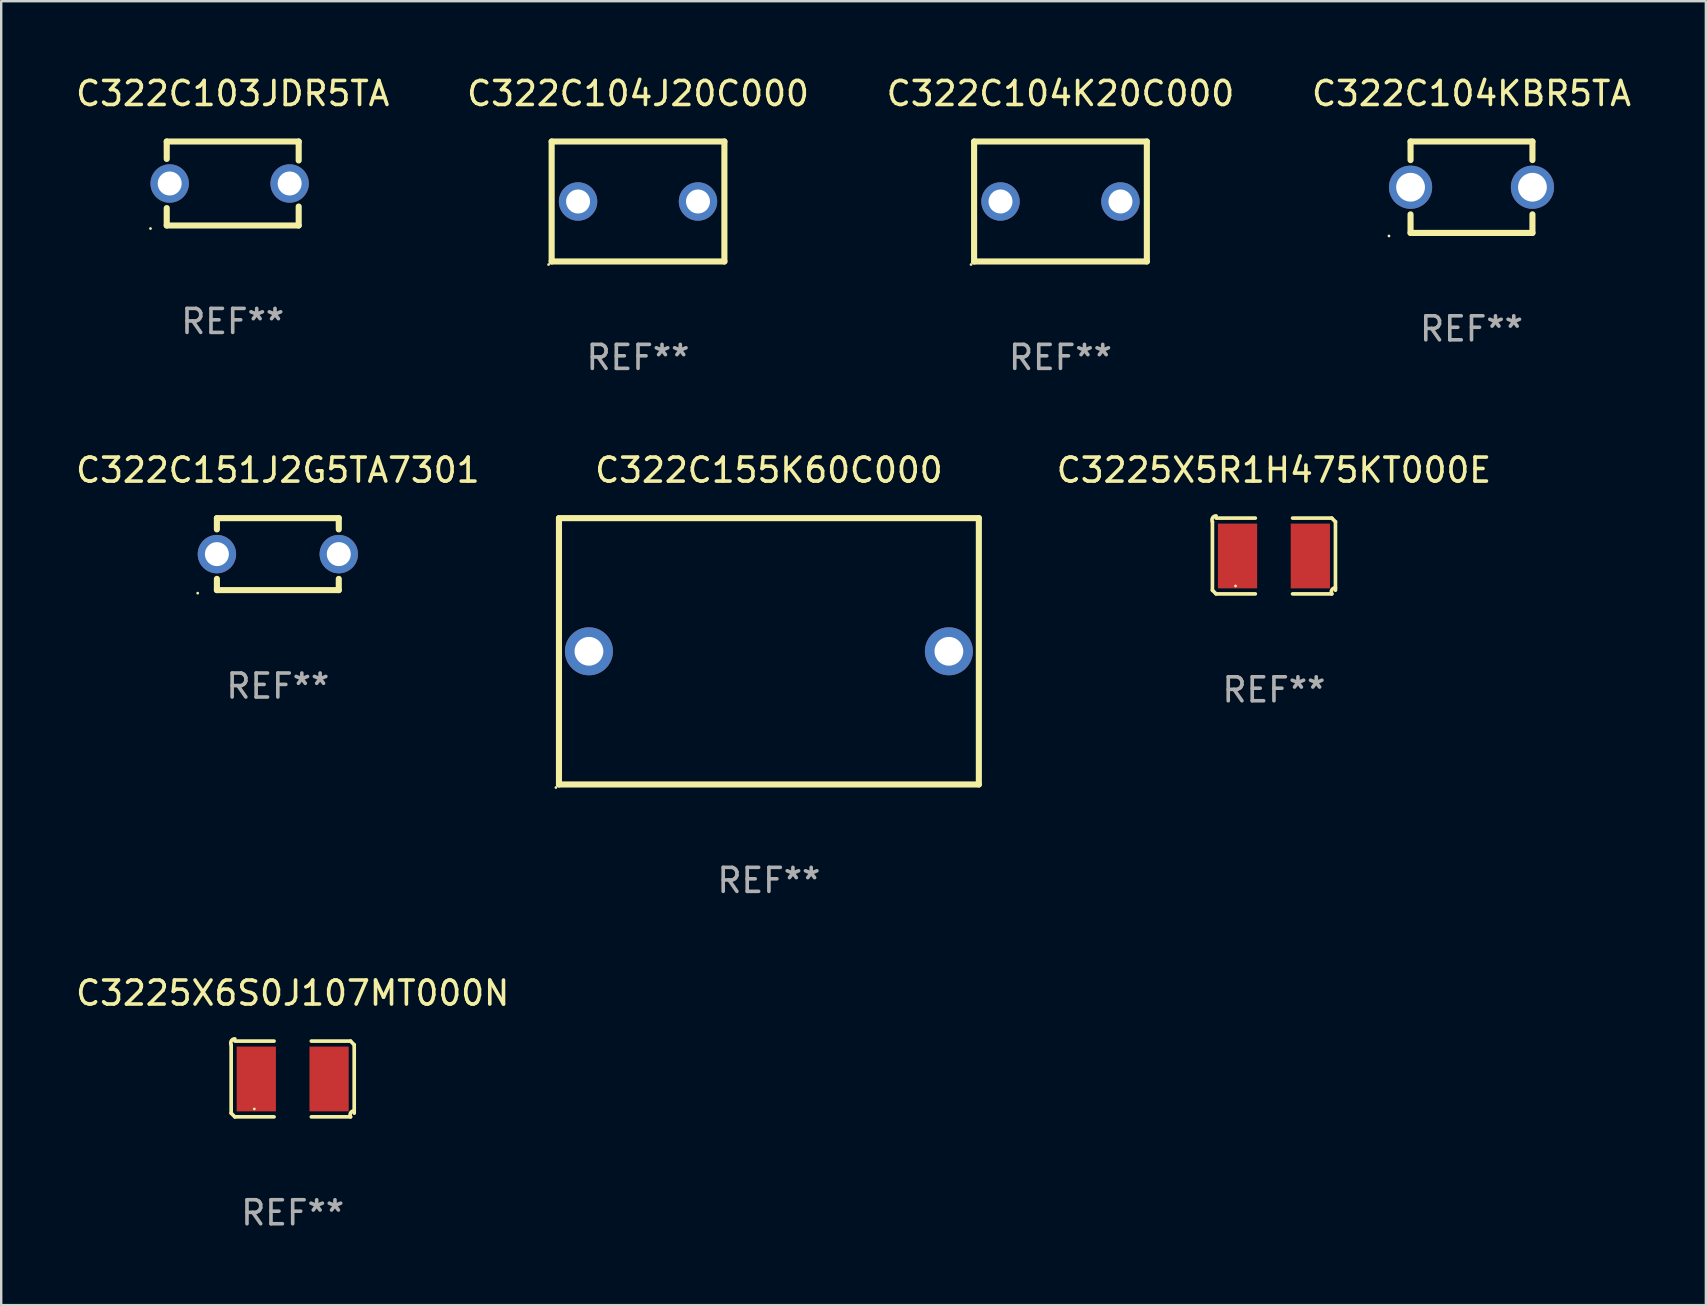
<source format=kicad_pcb>
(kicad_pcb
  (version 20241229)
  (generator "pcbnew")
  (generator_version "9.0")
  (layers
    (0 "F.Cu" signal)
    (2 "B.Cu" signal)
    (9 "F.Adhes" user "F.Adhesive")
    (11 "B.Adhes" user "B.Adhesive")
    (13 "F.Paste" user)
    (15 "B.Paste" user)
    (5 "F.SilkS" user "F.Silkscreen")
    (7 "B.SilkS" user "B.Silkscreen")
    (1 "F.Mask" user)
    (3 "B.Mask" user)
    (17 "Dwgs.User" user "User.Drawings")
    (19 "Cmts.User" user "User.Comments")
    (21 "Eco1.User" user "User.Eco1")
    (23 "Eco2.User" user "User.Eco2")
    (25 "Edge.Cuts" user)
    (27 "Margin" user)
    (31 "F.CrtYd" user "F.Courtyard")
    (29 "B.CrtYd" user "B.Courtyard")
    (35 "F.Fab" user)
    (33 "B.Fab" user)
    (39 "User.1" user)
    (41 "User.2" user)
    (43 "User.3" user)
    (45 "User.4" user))
  (footprint "C3225X6S0J107MT000N"
    (layer "F.Cu")
    (at 9.149 41.92)
    (property "Reference" "C3225X6S0J107MT000N" (at 0 -3.579 0) (layer "F.SilkS") (effects (font (size 1 1) (thickness 0.15))))
    (attr through_hole)
    (fp_line (start -2.564 1.426) (end -2.564 -1.426) (stroke (width 0.152) (type solid)) (layer "F.SilkS"))
    (fp_line (start -2.411 -1.579) (end -0.776 -1.579) (stroke (width 0.152) (type solid)) (layer "F.SilkS"))
    (fp_line (start -0.776 1.579) (end -2.411 1.579) (stroke (width 0.152) (type solid)) (layer "F.SilkS"))
    (fp_line (start 0.776 1.579) (end 2.411 1.579) (stroke (width 0.152) (type solid)) (layer "F.SilkS"))
    (fp_line (start 2.411 -1.579) (end 0.776 -1.579) (stroke (width 0.152) (type solid)) (layer "F.SilkS"))
    (fp_line (start 2.564 1.426) (end 2.564 -1.426) (stroke (width 0.152) (type solid)) (layer "F.SilkS"))
    (fp_arc (start -2.563602 -1.426213) (mid -2.555597 -1.591233) (end -2.411201 -1.671518) (stroke (width 0.1524) (type solid)) (layer "F.SilkS"))
    (fp_arc (start -2.5636 1.426214) (mid -2.487389 1.502402) (end -2.411201 1.578613) (stroke (width 0.1524) (type solid)) (layer "F.SilkS"))
    (fp_arc (start 2.411197 -1.578618) (mid 2.487403 -1.502419) (end 2.563602 -1.426213) (stroke (width 0.1524) (type solid)) (layer "F.SilkS"))
    (fp_arc (start 2.411201 1.578613) (mid 2.416214 1.409455) (end 2.563602 1.32629) (stroke (width 0.1524) (type solid)) (layer "F.SilkS"))
    (fp_circle (center -1.6 1.25) (end -1.57 1.25) (stroke (width 0.06) (type solid)) (fill no) (layer "F.SilkS"))
    (fp_text user "REF**" (at 0 5.579 0) (layer "F.Fab") (effects (font (size 1 1) (thickness 0.15))))
    (pad "1" smd rect (at -1.517 0) (size 1.635 2.7) (layers "F.Cu" "F.Mask" "F.Paste"))
    (pad "2" smd rect (at 1.517 0) (size 1.635 2.7) (layers "F.Cu" "F.Mask" "F.Paste")))
  (footprint "C322C151J2G5TA7301"
    (layer "F.Cu")
    (at 8.53 20.045)
    (property "Reference" "C322C151J2G5TA7301" (at 0 -3.5 0) (layer "F.SilkS") (effects (font (size 1 1) (thickness 0.15))))
    (attr through_hole)
    (fp_line (start -2.54 -1.5) (end -2.54 -1.031) (stroke (width 0.254) (type solid)) (layer "F.SilkS"))
    (fp_line (start -2.54 -1.5) (end 2.54 -1.5) (stroke (width 0.254) (type solid)) (layer "F.SilkS"))
    (fp_line (start -2.54 1.031) (end -2.54 1.5) (stroke (width 0.254) (type solid)) (layer "F.SilkS"))
    (fp_line (start -2.54 1.5) (end 2.54 1.5) (stroke (width 0.254) (type solid)) (layer "F.SilkS"))
    (fp_line (start 2.54 -1.5) (end 2.54 -1.031) (stroke (width 0.254) (type solid)) (layer "F.SilkS"))
    (fp_line (start 2.54 1.031) (end 2.54 1.5) (stroke (width 0.254) (type solid)) (layer "F.SilkS"))
    (fp_circle (center -3.34 1.627) (end -3.31 1.627) (stroke (width 0.06) (type solid)) (fill no) (layer "F.SilkS"))
    (fp_text user "REF**" (at 0 5.5 0) (layer "F.Fab") (effects (font (size 1 1) (thickness 0.15))))
    (pad "1" thru_hole circle (at -2.54 0) (size 1.6 1.6) (drill 1) (layers "*.Cu" "*.Mask"))
    (pad "2" thru_hole circle (at 2.54 0) (size 1.6 1.6) (drill 1) (layers "*.Cu" "*.Mask")))
  (footprint "C322C103JDR5TA"
    (layer "F.Cu")
    (at 6.649 4.598)
    (property "Reference" "C322C103JDR5TA" (at 0 -3.75 0) (layer "F.SilkS") (effects (font (size 1 1) (thickness 0.15))))
    (attr through_hole)
    (fp_line (start -2.75 -1.75) (end -2.75 -1.024) (stroke (width 0.254) (type solid)) (layer "F.SilkS"))
    (fp_line (start -2.75 -1.75) (end 2.75 -1.75) (stroke (width 0.254) (type solid)) (layer "F.SilkS"))
    (fp_line (start -2.75 1.024) (end -2.75 1.75) (stroke (width 0.254) (type solid)) (layer "F.SilkS"))
    (fp_line (start 2.75 -1.75) (end 2.75 -0.96) (stroke (width 0.254) (type solid)) (layer "F.SilkS"))
    (fp_line (start 2.75 0.96) (end 2.75 1.75) (stroke (width 0.254) (type solid)) (layer "F.SilkS"))
    (fp_line (start 2.75 1.75) (end -2.75 1.75) (stroke (width 0.254) (type solid)) (layer "F.SilkS"))
    (fp_circle (center -3.427 1.877) (end -3.397 1.877) (stroke (width 0.06) (type solid)) (fill no) (layer "F.SilkS"))
    (fp_text user "REF**" (at 0 5.75 0) (layer "F.Fab") (effects (font (size 1 1) (thickness 0.15))))
    (pad "1" thru_hole circle (at -2.627 0) (size 1.6 1.6) (drill 1) (layers "*.Cu" "*.Mask"))
    (pad "2" thru_hole circle (at 2.373 0) (size 1.6 1.6) (drill 1) (layers "*.Cu" "*.Mask")))
  (footprint "C322C104KBR5TA"
    (layer "F.Cu")
    (at 58.28 4.753)
    (property "Reference" "C322C104KBR5TA" (at 0 -3.905 0) (layer "F.SilkS") (effects (font (size 1 1) (thickness 0.15))))
    (attr through_hole)
    (fp_line (start -2.54 -1.905) (end -2.54 -1.131) (stroke (width 0.254) (type solid)) (layer "F.SilkS"))
    (fp_line (start -2.54 -1.905) (end 2.54 -1.905) (stroke (width 0.254) (type solid)) (layer "F.SilkS"))
    (fp_line (start -2.54 1.131) (end -2.54 1.905) (stroke (width 0.254) (type solid)) (layer "F.SilkS"))
    (fp_line (start 2.54 -1.905) (end 2.54 -1.131) (stroke (width 0.254) (type solid)) (layer "F.SilkS"))
    (fp_line (start 2.54 1.131) (end 2.54 1.905) (stroke (width 0.254) (type solid)) (layer "F.SilkS"))
    (fp_line (start 2.54 1.905) (end -2.54 1.905) (stroke (width 0.254) (type solid)) (layer "F.SilkS"))
    (fp_circle (center -3.44 2.032) (end -3.41 2.032) (stroke (width 0.06) (type solid)) (fill no) (layer "F.SilkS"))
    (fp_text user "REF**" (at 0 5.905 0) (layer "F.Fab") (effects (font (size 1 1) (thickness 0.15))))
    (pad "1" thru_hole circle (at -2.54 0) (size 1.8 1.8) (drill 1.2) (layers "*.Cu" "*.Mask"))
    (pad "2" thru_hole circle (at 2.54 0) (size 1.8 1.8) (drill 1.2) (layers "*.Cu" "*.Mask")))
  (footprint "C3225X5R1H475KT000E"
    (layer "F.Cu")
    (at 50.046 20.123)
    (property "Reference" "C3225X5R1H475KT000E" (at 0 -3.579 0) (layer "F.SilkS") (effects (font (size 1 1) (thickness 0.15))))
    (attr through_hole)
    (fp_line (start -2.564 1.426) (end -2.564 -1.426) (stroke (width 0.152) (type solid)) (layer "F.SilkS"))
    (fp_line (start -2.411 -1.579) (end -0.776 -1.579) (stroke (width 0.152) (type solid)) (layer "F.SilkS"))
    (fp_line (start -0.776 1.579) (end -2.411 1.579) (stroke (width 0.152) (type solid)) (layer "F.SilkS"))
    (fp_line (start 0.776 1.579) (end 2.411 1.579) (stroke (width 0.152) (type solid)) (layer "F.SilkS"))
    (fp_line (start 2.411 -1.579) (end 0.776 -1.579) (stroke (width 0.152) (type solid)) (layer "F.SilkS"))
    (fp_line (start 2.564 1.426) (end 2.564 -1.426) (stroke (width 0.152) (type solid)) (layer "F.SilkS"))
    (fp_arc (start -2.563602 -1.426213) (mid -2.555597 -1.591233) (end -2.411201 -1.671518) (stroke (width 0.1524) (type solid)) (layer "F.SilkS"))
    (fp_arc (start -2.5636 1.426214) (mid -2.487389 1.502402) (end -2.411201 1.578613) (stroke (width 0.1524) (type solid)) (layer "F.SilkS"))
    (fp_arc (start 2.411197 -1.578618) (mid 2.487403 -1.502419) (end 2.563602 -1.426213) (stroke (width 0.1524) (type solid)) (layer "F.SilkS"))
    (fp_arc (start 2.411201 1.578613) (mid 2.416214 1.409455) (end 2.563602 1.32629) (stroke (width 0.1524) (type solid)) (layer "F.SilkS"))
    (fp_circle (center -1.6 1.25) (end -1.57 1.25) (stroke (width 0.06) (type solid)) (fill no) (layer "F.SilkS"))
    (fp_text user "REF**" (at 0 5.579 0) (layer "F.Fab") (effects (font (size 1 1) (thickness 0.15))))
    (pad "1" smd rect (at -1.517 0) (size 1.635 2.7) (layers "F.Cu" "F.Mask" "F.Paste"))
    (pad "2" smd rect (at 1.517 0) (size 1.635 2.7) (layers "F.Cu" "F.Mask" "F.Paste")))
  (footprint "C322C155K60C000"
    (layer "F.Cu")
    (at 28.997 24.095)
    (property "Reference" "C322C155K60C000" (at 0 -7.55 0) (layer "F.SilkS") (effects (font (size 1 1) (thickness 0.15))))
    (attr through_hole)
    (fp_line (start -8.75 -5.55) (end 8.75 -5.55) (stroke (width 0.254) (type solid)) (layer "F.SilkS"))
    (fp_line (start -8.75 5.55) (end -8.75 -5.55) (stroke (width 0.254) (type solid)) (layer "F.SilkS"))
    (fp_line (start 8.75 -5.55) (end 8.75 5.55) (stroke (width 0.254) (type solid)) (layer "F.SilkS"))
    (fp_line (start 8.75 5.55) (end -8.75 5.55) (stroke (width 0.254) (type solid)) (layer "F.SilkS"))
    (fp_circle (center -8.877 5.677) (end -8.847 5.677) (stroke (width 0.06) (type solid)) (fill no) (layer "F.SilkS"))
    (fp_text user "REF**" (at 0 9.55 0) (layer "F.Fab") (effects (font (size 1 1) (thickness 0.15))))
    (pad "1" thru_hole circle (at -7.501 0) (size 2 2) (drill 1.2) (layers "*.Cu" "*.Mask"))
    (pad "2" thru_hole circle (at 7.501 0) (size 2 2) (drill 1.2) (layers "*.Cu" "*.Mask")))
  (footprint "C322C104J20C000"
    (layer "F.Cu")
    (at 23.542 5.348)
    (property "Reference" "C322C104J20C000" (at 0 -4.5 0) (layer "F.SilkS") (effects (font (size 1 1) (thickness 0.15))))
    (attr through_hole)
    (fp_line (start -3.6 -2.5) (end 3.6 -2.5) (stroke (width 0.254) (type solid)) (layer "F.SilkS"))
    (fp_line (start -3.6 2.5) (end -3.6 -2.5) (stroke (width 0.254) (type solid)) (layer "F.SilkS"))
    (fp_line (start -3.6 2.5) (end 3.6 2.5) (stroke (width 0.254) (type solid)) (layer "F.SilkS"))
    (fp_line (start 3.6 -2.5) (end 3.6 2.5) (stroke (width 0.254) (type solid)) (layer "F.SilkS"))
    (fp_circle (center -3.727 2.627) (end -3.697 2.627) (stroke (width 0.06) (type solid)) (fill no) (layer "F.SilkS"))
    (fp_text user "REF**" (at 0 6.5 0) (layer "F.Fab") (effects (font (size 1 1) (thickness 0.15))))
    (pad "1" thru_hole circle (at -2.499 0) (size 1.6 1.6) (drill 1) (layers "*.Cu" "*.Mask"))
    (pad "2" thru_hole circle (at 2.499 0) (size 1.6 1.6) (drill 1) (layers "*.Cu" "*.Mask")))
  (footprint "C322C104K20C000"
    (layer "F.Cu")
    (at 41.149 5.348)
    (property "Reference" "C322C104K20C000" (at 0 -4.5 0) (layer "F.SilkS") (effects (font (size 1 1) (thickness 0.15))))
    (attr through_hole)
    (fp_line (start -3.6 -2.5) (end 3.6 -2.5) (stroke (width 0.254) (type solid)) (layer "F.SilkS"))
    (fp_line (start -3.6 2.5) (end -3.6 -2.5) (stroke (width 0.254) (type solid)) (layer "F.SilkS"))
    (fp_line (start -3.6 2.5) (end 3.6 2.5) (stroke (width 0.254) (type solid)) (layer "F.SilkS"))
    (fp_line (start 3.6 -2.5) (end 3.6 2.5) (stroke (width 0.254) (type solid)) (layer "F.SilkS"))
    (fp_circle (center -3.727 2.627) (end -3.697 2.627) (stroke (width 0.06) (type solid)) (fill no) (layer "F.SilkS"))
    (fp_text user "REF**" (at 0 6.5 0) (layer "F.Fab") (effects (font (size 1 1) (thickness 0.15))))
    (pad "1" thru_hole circle (at -2.499 0) (size 1.6 1.6) (drill 1) (layers "*.Cu" "*.Mask"))
    (pad "2" thru_hole circle (at 2.499 0) (size 1.6 1.6) (drill 1) (layers "*.Cu" "*.Mask")))
  (gr_rect
    (start -3 -3)
    (end 68.048 51.347)
    (stroke (width 0.1) (type default))
    (fill no)
    (layer "Edge.Cuts")))
</source>
